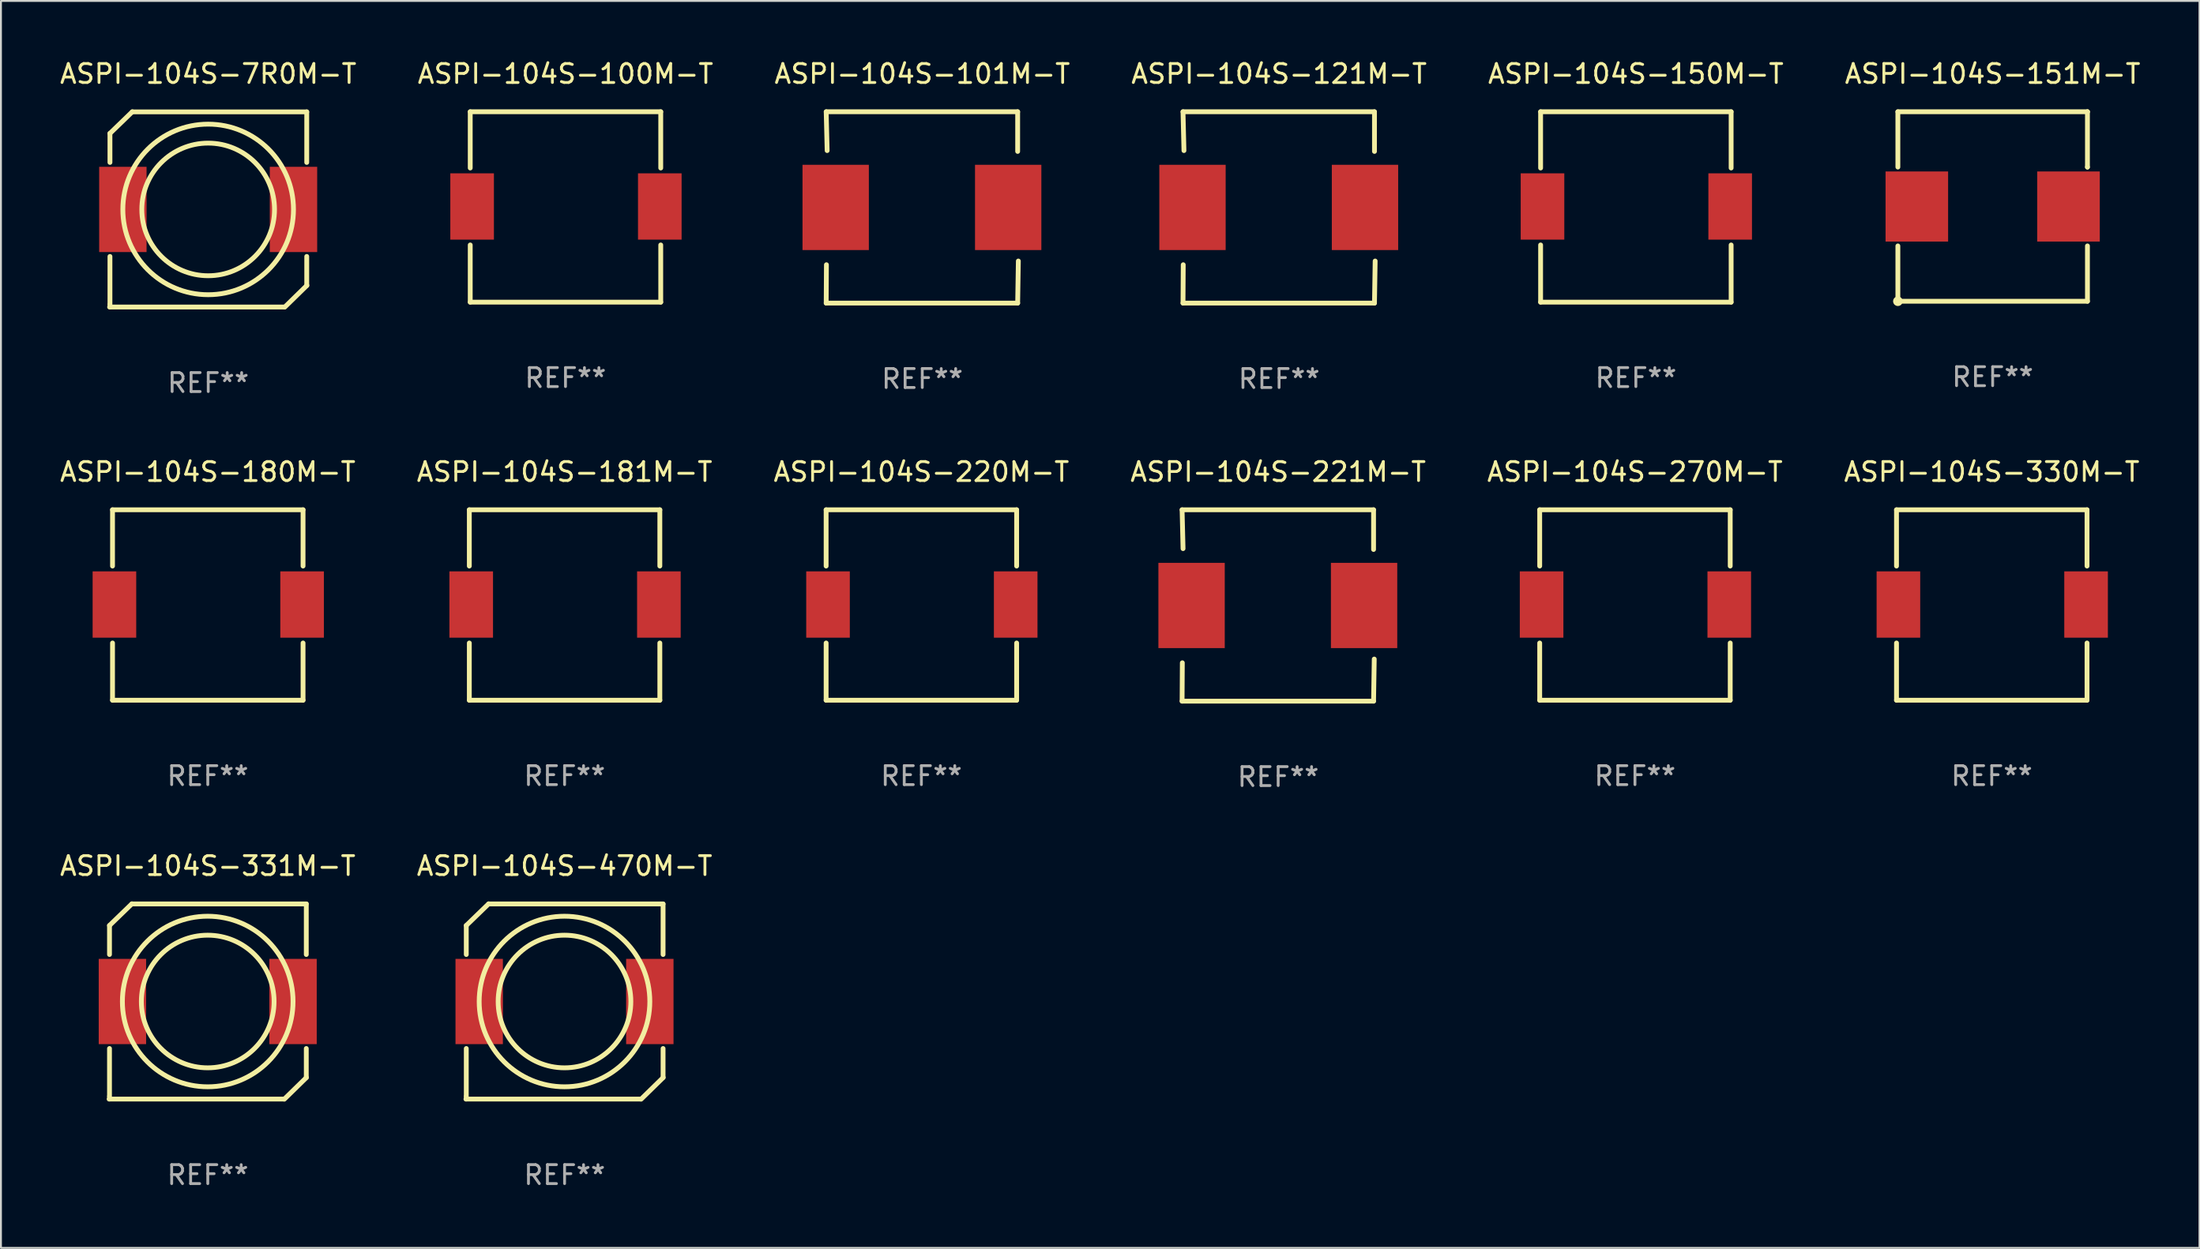
<source format=kicad_pcb>
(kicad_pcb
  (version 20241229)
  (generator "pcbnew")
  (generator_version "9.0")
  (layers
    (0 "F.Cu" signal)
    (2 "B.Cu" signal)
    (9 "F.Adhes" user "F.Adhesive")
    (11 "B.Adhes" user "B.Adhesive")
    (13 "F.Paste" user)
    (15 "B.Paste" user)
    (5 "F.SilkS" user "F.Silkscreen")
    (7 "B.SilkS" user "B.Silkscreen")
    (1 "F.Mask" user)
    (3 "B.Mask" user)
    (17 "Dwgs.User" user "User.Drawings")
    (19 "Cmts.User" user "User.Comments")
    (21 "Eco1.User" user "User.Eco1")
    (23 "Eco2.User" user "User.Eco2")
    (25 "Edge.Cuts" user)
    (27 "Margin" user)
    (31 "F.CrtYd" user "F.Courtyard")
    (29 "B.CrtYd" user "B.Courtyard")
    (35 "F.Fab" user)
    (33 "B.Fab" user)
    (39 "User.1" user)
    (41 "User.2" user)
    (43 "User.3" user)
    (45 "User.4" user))
  (footprint "ASPI-104S-100M-T"
    (layer "F.Cu")
    (at 26.78 7.873)
    (property "Reference" "ASPI-104S-100M-T" (at 0 -7.025 0) (layer "F.SilkS") (effects (font (size 1 1) (thickness 0.15))))
    (attr through_hole)
    (fp_line (start -5.025 -5.025) (end 5.025 -5.025) (stroke (width 0.254) (type solid)) (layer "F.SilkS"))
    (fp_line (start -5.025 -2.056) (end -5.025 -5.025) (stroke (width 0.254) (type solid)) (layer "F.SilkS"))
    (fp_line (start -5.025 5.025) (end -5.025 2.006) (stroke (width 0.254) (type solid)) (layer "F.SilkS"))
    (fp_line (start 5.025 -5.025) (end 5.025 -2.056) (stroke (width 0.254) (type solid)) (layer "F.SilkS"))
    (fp_line (start 5.025 2.006) (end 5.025 5.025) (stroke (width 0.254) (type solid)) (layer "F.SilkS"))
    (fp_line (start 5.025 5.025) (end -5.025 5.025) (stroke (width 0.254) (type solid)) (layer "F.SilkS"))
    (fp_circle (center -4.975 4.975) (end -4.945 4.975) (stroke (width 0.06) (type solid)) (fill no) (layer "F.SilkS"))
    (fp_text user "REF**" (at 0 9.025 0) (layer "F.Fab") (effects (font (size 1 1) (thickness 0.15))))
    (pad "1" smd rect (at -4.925 -0.025) (size 2.3 3.5) (layers "F.Cu" "F.Mask" "F.Paste"))
    (pad "2" smd rect (at 4.975 -0.025) (size 2.3 3.5) (layers "F.Cu" "F.Mask" "F.Paste")))
  (footprint "ASPI-104S-101M-T"
    (layer "F.Cu")
    (at 45.601 7.898)
    (property "Reference" "ASPI-104S-101M-T" (at 0 -7.05 0) (layer "F.SilkS") (effects (font (size 1 1) (thickness 0.15))))
    (attr through_hole)
    (fp_line (start -5.068 -5.05) (end 5.032 -5.05) (stroke (width 0.254) (type solid)) (layer "F.SilkS"))
    (fp_line (start -5.068 5.05) (end -5.056 3.025) (stroke (width 0.254) (type solid)) (layer "F.SilkS"))
    (fp_line (start -5.018 -3) (end -5.068 -5.05) (stroke (width 0.254) (type solid)) (layer "F.SilkS"))
    (fp_line (start 5.032 -5.05) (end 5.032 -2.956) (stroke (width 0.254) (type solid)) (layer "F.SilkS"))
    (fp_line (start 5.032 5.05) (end -5.068 5.05) (stroke (width 0.254) (type solid)) (layer "F.SilkS"))
    (fp_line (start 5.068 2.829) (end 5.032 5.05) (stroke (width 0.254) (type solid)) (layer "F.SilkS"))
    (fp_circle (center -5.068 5.05) (end -5.038 5.05) (stroke (width 0.06) (type solid)) (fill no) (layer "F.SilkS"))
    (fp_text user "REF**" (at 0 9.05 0) (layer "F.Fab") (effects (font (size 1 1) (thickness 0.15))))
    (pad "1" smd rect (at -4.568 0 90) (size 4.5 3.5) (layers "F.Cu" "F.Mask" "F.Paste"))
    (pad "2" smd rect (at 4.532 0 90) (size 4.5 3.5) (layers "F.Cu" "F.Mask" "F.Paste")))
  (footprint "ASPI-104S-331M-T"
    (layer "F.Cu")
    (at 7.911 49.81)
    (property "Reference" "ASPI-104S-331M-T" (at 0 -7.156 0) (layer "F.SilkS") (effects (font (size 1 1) (thickness 0.15))))
    (attr through_hole)
    (fp_line (start -5.185 -4.013) (end -5.185 -2.481) (stroke (width 0.254) (type solid)) (layer "F.SilkS"))
    (fp_line (start -5.185 2.481) (end -5.185 5.15) (stroke (width 0.254) (type solid)) (layer "F.SilkS"))
    (fp_line (start -4.004 -5.156) (end -5.185 -4.013) (stroke (width 0.254) (type solid)) (layer "F.SilkS"))
    (fp_line (start -4.004 -5.15) (end 5.196 -5.15) (stroke (width 0.254) (type solid)) (layer "F.SilkS"))
    (fp_line (start 3.996 5.15) (end -5.203 5.15) (stroke (width 0.254) (type solid)) (layer "F.SilkS"))
    (fp_line (start 5.196 -5.15) (end 5.196 -2.481) (stroke (width 0.254) (type solid)) (layer "F.SilkS"))
    (fp_line (start 5.196 2.481) (end 5.196 4.013) (stroke (width 0.254) (type solid)) (layer "F.SilkS"))
    (fp_line (start 5.203 4.013) (end 4.035 5.156) (stroke (width 0.254) (type solid)) (layer "F.SilkS"))
    (fp_circle (center -5.254 5) (end -5.224 5) (stroke (width 0.06) (type solid)) (fill no) (layer "F.SilkS"))
    (fp_circle (center -0.004 0) (end 3.496 0) (stroke (width 0.254) (type solid)) (fill no) (layer "F.SilkS"))
    (fp_circle (center -0.004 0) (end 4.497 0) (stroke (width 0.254) (type solid)) (fill no) (layer "F.SilkS"))
    (fp_text user "XXX" (at -2.544 0.091 0) (layer "B.Mask") (effects (font (size 1 1) (thickness 0.15))))
    (fp_text user "REF**" (at 0 9.156 0) (layer "F.Fab") (effects (font (size 1 1) (thickness 0.15))))
    (pad "1" smd rect (at -4.504 0) (size 2.5 4.5) (layers "F.Cu" "F.Mask" "F.Paste"))
    (pad "2" smd rect (at 4.497 0) (size 2.5 4.5) (layers "F.Cu" "F.Mask" "F.Paste")))
  (footprint "ASPI-104S-150M-T"
    (layer "F.Cu")
    (at 83.244 7.873)
    (property "Reference" "ASPI-104S-150M-T" (at 0 -7.025 0) (layer "F.SilkS") (effects (font (size 1 1) (thickness 0.15))))
    (attr through_hole)
    (fp_line (start -5.025 -5.025) (end 5.025 -5.025) (stroke (width 0.254) (type solid)) (layer "F.SilkS"))
    (fp_line (start -5.025 -2.056) (end -5.025 -5.025) (stroke (width 0.254) (type solid)) (layer "F.SilkS"))
    (fp_line (start -5.025 5.025) (end -5.025 2.006) (stroke (width 0.254) (type solid)) (layer "F.SilkS"))
    (fp_line (start 5.025 -5.025) (end 5.025 -2.056) (stroke (width 0.254) (type solid)) (layer "F.SilkS"))
    (fp_line (start 5.025 2.006) (end 5.025 5.025) (stroke (width 0.254) (type solid)) (layer "F.SilkS"))
    (fp_line (start 5.025 5.025) (end -5.025 5.025) (stroke (width 0.254) (type solid)) (layer "F.SilkS"))
    (fp_circle (center -4.975 4.975) (end -4.945 4.975) (stroke (width 0.06) (type solid)) (fill no) (layer "F.SilkS"))
    (fp_text user "REF**" (at 0 9.025 0) (layer "F.Fab") (effects (font (size 1 1) (thickness 0.15))))
    (pad "1" smd rect (at -4.925 -0.025) (size 2.3 3.5) (layers "F.Cu" "F.Mask" "F.Paste"))
    (pad "2" smd rect (at 4.975 -0.025) (size 2.3 3.5) (layers "F.Cu" "F.Mask" "F.Paste")))
  (footprint "ASPI-104S-470M-T"
    (layer "F.Cu")
    (at 26.732 49.81)
    (property "Reference" "ASPI-104S-470M-T" (at 0 -7.156 0) (layer "F.SilkS") (effects (font (size 1 1) (thickness 0.15))))
    (attr through_hole)
    (fp_line (start -5.185 -4.013) (end -5.185 -2.481) (stroke (width 0.254) (type solid)) (layer "F.SilkS"))
    (fp_line (start -5.185 2.481) (end -5.185 5.15) (stroke (width 0.254) (type solid)) (layer "F.SilkS"))
    (fp_line (start -4.004 -5.156) (end -5.185 -4.013) (stroke (width 0.254) (type solid)) (layer "F.SilkS"))
    (fp_line (start -4.004 -5.15) (end 5.196 -5.15) (stroke (width 0.254) (type solid)) (layer "F.SilkS"))
    (fp_line (start 3.996 5.15) (end -5.203 5.15) (stroke (width 0.254) (type solid)) (layer "F.SilkS"))
    (fp_line (start 5.196 -5.15) (end 5.196 -2.481) (stroke (width 0.254) (type solid)) (layer "F.SilkS"))
    (fp_line (start 5.196 2.481) (end 5.196 4.013) (stroke (width 0.254) (type solid)) (layer "F.SilkS"))
    (fp_line (start 5.203 4.013) (end 4.035 5.156) (stroke (width 0.254) (type solid)) (layer "F.SilkS"))
    (fp_circle (center -5.254 5) (end -5.224 5) (stroke (width 0.06) (type solid)) (fill no) (layer "F.SilkS"))
    (fp_circle (center -0.004 0) (end 3.496 0) (stroke (width 0.254) (type solid)) (fill no) (layer "F.SilkS"))
    (fp_circle (center -0.004 0) (end 4.497 0) (stroke (width 0.254) (type solid)) (fill no) (layer "F.SilkS"))
    (fp_text user "XXX" (at -2.544 0.091 0) (layer "B.Mask") (effects (font (size 1 1) (thickness 0.15))))
    (fp_text user "REF**" (at 0 9.156 0) (layer "F.Fab") (effects (font (size 1 1) (thickness 0.15))))
    (pad "1" smd rect (at -4.504 0) (size 2.5 4.5) (layers "F.Cu" "F.Mask" "F.Paste"))
    (pad "2" smd rect (at 4.497 0) (size 2.5 4.5) (layers "F.Cu" "F.Mask" "F.Paste")))
  (footprint "ASPI-104S-270M-T"
    (layer "F.Cu")
    (at 83.196 28.882)
    (property "Reference" "ASPI-104S-270M-T" (at 0 -7.025 0) (layer "F.SilkS") (effects (font (size 1 1) (thickness 0.15))))
    (attr through_hole)
    (fp_line (start -5.025 -5.025) (end 5.025 -5.025) (stroke (width 0.254) (type solid)) (layer "F.SilkS"))
    (fp_line (start -5.025 -2.056) (end -5.025 -5.025) (stroke (width 0.254) (type solid)) (layer "F.SilkS"))
    (fp_line (start -5.025 5.025) (end -5.025 2.006) (stroke (width 0.254) (type solid)) (layer "F.SilkS"))
    (fp_line (start 5.025 -5.025) (end 5.025 -2.056) (stroke (width 0.254) (type solid)) (layer "F.SilkS"))
    (fp_line (start 5.025 2.006) (end 5.025 5.025) (stroke (width 0.254) (type solid)) (layer "F.SilkS"))
    (fp_line (start 5.025 5.025) (end -5.025 5.025) (stroke (width 0.254) (type solid)) (layer "F.SilkS"))
    (fp_circle (center -4.975 4.975) (end -4.945 4.975) (stroke (width 0.06) (type solid)) (fill no) (layer "F.SilkS"))
    (fp_text user "REF**" (at 0 9.025 0) (layer "F.Fab") (effects (font (size 1 1) (thickness 0.15))))
    (pad "1" smd rect (at -4.925 -0.025) (size 2.3 3.5) (layers "F.Cu" "F.Mask" "F.Paste"))
    (pad "2" smd rect (at 4.975 -0.025) (size 2.3 3.5) (layers "F.Cu" "F.Mask" "F.Paste")))
  (footprint "ASPI-104S-221M-T"
    (layer "F.Cu")
    (at 64.375 28.907)
    (property "Reference" "ASPI-104S-221M-T" (at 0 -7.05 0) (layer "F.SilkS") (effects (font (size 1 1) (thickness 0.15))))
    (attr through_hole)
    (fp_line (start -5.068 -5.05) (end 5.032 -5.05) (stroke (width 0.254) (type solid)) (layer "F.SilkS"))
    (fp_line (start -5.068 5.05) (end -5.056 3.025) (stroke (width 0.254) (type solid)) (layer "F.SilkS"))
    (fp_line (start -5.018 -3) (end -5.068 -5.05) (stroke (width 0.254) (type solid)) (layer "F.SilkS"))
    (fp_line (start 5.032 -5.05) (end 5.032 -2.956) (stroke (width 0.254) (type solid)) (layer "F.SilkS"))
    (fp_line (start 5.032 5.05) (end -5.068 5.05) (stroke (width 0.254) (type solid)) (layer "F.SilkS"))
    (fp_line (start 5.068 2.829) (end 5.032 5.05) (stroke (width 0.254) (type solid)) (layer "F.SilkS"))
    (fp_circle (center -5.068 5.05) (end -5.038 5.05) (stroke (width 0.06) (type solid)) (fill no) (layer "F.SilkS"))
    (fp_text user "REF**" (at 0 9.05 0) (layer "F.Fab") (effects (font (size 1 1) (thickness 0.15))))
    (pad "1" smd rect (at -4.568 0 90) (size 4.5 3.5) (layers "F.Cu" "F.Mask" "F.Paste"))
    (pad "2" smd rect (at 4.532 0 90) (size 4.5 3.5) (layers "F.Cu" "F.Mask" "F.Paste")))
  (footprint "ASPI-104S-180M-T"
    (layer "F.Cu")
    (at 7.911 28.882)
    (property "Reference" "ASPI-104S-180M-T" (at 0 -7.025 0) (layer "F.SilkS") (effects (font (size 1 1) (thickness 0.15))))
    (attr through_hole)
    (fp_line (start -5.025 -5.025) (end 5.025 -5.025) (stroke (width 0.254) (type solid)) (layer "F.SilkS"))
    (fp_line (start -5.025 -2.056) (end -5.025 -5.025) (stroke (width 0.254) (type solid)) (layer "F.SilkS"))
    (fp_line (start -5.025 5.025) (end -5.025 2.006) (stroke (width 0.254) (type solid)) (layer "F.SilkS"))
    (fp_line (start 5.025 -5.025) (end 5.025 -2.056) (stroke (width 0.254) (type solid)) (layer "F.SilkS"))
    (fp_line (start 5.025 2.006) (end 5.025 5.025) (stroke (width 0.254) (type solid)) (layer "F.SilkS"))
    (fp_line (start 5.025 5.025) (end -5.025 5.025) (stroke (width 0.254) (type solid)) (layer "F.SilkS"))
    (fp_circle (center -4.975 4.975) (end -4.945 4.975) (stroke (width 0.06) (type solid)) (fill no) (layer "F.SilkS"))
    (fp_text user "REF**" (at 0 9.025 0) (layer "F.Fab") (effects (font (size 1 1) (thickness 0.15))))
    (pad "1" smd rect (at -4.925 -0.025) (size 2.3 3.5) (layers "F.Cu" "F.Mask" "F.Paste"))
    (pad "2" smd rect (at 4.975 -0.025) (size 2.3 3.5) (layers "F.Cu" "F.Mask" "F.Paste")))
  (footprint "ASPI-104S-220M-T"
    (layer "F.Cu")
    (at 45.554 28.882)
    (property "Reference" "ASPI-104S-220M-T" (at 0 -7.025 0) (layer "F.SilkS") (effects (font (size 1 1) (thickness 0.15))))
    (attr through_hole)
    (fp_line (start -5.025 -5.025) (end 5.025 -5.025) (stroke (width 0.254) (type solid)) (layer "F.SilkS"))
    (fp_line (start -5.025 -2.056) (end -5.025 -5.025) (stroke (width 0.254) (type solid)) (layer "F.SilkS"))
    (fp_line (start -5.025 5.025) (end -5.025 2.006) (stroke (width 0.254) (type solid)) (layer "F.SilkS"))
    (fp_line (start 5.025 -5.025) (end 5.025 -2.056) (stroke (width 0.254) (type solid)) (layer "F.SilkS"))
    (fp_line (start 5.025 2.006) (end 5.025 5.025) (stroke (width 0.254) (type solid)) (layer "F.SilkS"))
    (fp_line (start 5.025 5.025) (end -5.025 5.025) (stroke (width 0.254) (type solid)) (layer "F.SilkS"))
    (fp_circle (center -4.975 4.975) (end -4.945 4.975) (stroke (width 0.06) (type solid)) (fill no) (layer "F.SilkS"))
    (fp_text user "REF**" (at 0 9.025 0) (layer "F.Fab") (effects (font (size 1 1) (thickness 0.15))))
    (pad "1" smd rect (at -4.925 -0.025) (size 2.3 3.5) (layers "F.Cu" "F.Mask" "F.Paste"))
    (pad "2" smd rect (at 4.975 -0.025) (size 2.3 3.5) (layers "F.Cu" "F.Mask" "F.Paste")))
  (footprint "ASPI-104S-181M-T"
    (layer "F.Cu")
    (at 26.732 28.882)
    (property "Reference" "ASPI-104S-181M-T" (at 0 -7.025 0) (layer "F.SilkS") (effects (font (size 1 1) (thickness 0.15))))
    (attr through_hole)
    (fp_line (start -5.025 -5.025) (end 5.025 -5.025) (stroke (width 0.254) (type solid)) (layer "F.SilkS"))
    (fp_line (start -5.025 -2.056) (end -5.025 -5.025) (stroke (width 0.254) (type solid)) (layer "F.SilkS"))
    (fp_line (start -5.025 5.025) (end -5.025 2.006) (stroke (width 0.254) (type solid)) (layer "F.SilkS"))
    (fp_line (start 5.025 -5.025) (end 5.025 -2.056) (stroke (width 0.254) (type solid)) (layer "F.SilkS"))
    (fp_line (start 5.025 2.006) (end 5.025 5.025) (stroke (width 0.254) (type solid)) (layer "F.SilkS"))
    (fp_line (start 5.025 5.025) (end -5.025 5.025) (stroke (width 0.254) (type solid)) (layer "F.SilkS"))
    (fp_circle (center -4.975 4.975) (end -4.945 4.975) (stroke (width 0.06) (type solid)) (fill no) (layer "F.SilkS"))
    (fp_text user "REF**" (at 0 9.025 0) (layer "F.Fab") (effects (font (size 1 1) (thickness 0.15))))
    (pad "1" smd rect (at -4.925 -0.025) (size 2.3 3.5) (layers "F.Cu" "F.Mask" "F.Paste"))
    (pad "2" smd rect (at 4.975 -0.025) (size 2.3 3.5) (layers "F.Cu" "F.Mask" "F.Paste")))
  (footprint "ASPI-104S-151M-T"
    (layer "F.Cu")
    (at 102.065 7.849)
    (property "Reference" "ASPI-104S-151M-T" (at 0 -7.001 0) (layer "F.SilkS") (effects (font (size 1 1) (thickness 0.15))))
    (attr through_hole)
    (fp_line (start -5 -5.001) (end 5 -5.001) (stroke (width 0.254) (type solid)) (layer "F.SilkS"))
    (fp_line (start -5 -2.081) (end -5 -4.999) (stroke (width 0.254) (type solid)) (layer "F.SilkS"))
    (fp_line (start -5 5.001) (end -5 2.082) (stroke (width 0.254) (type solid)) (layer "F.SilkS"))
    (fp_line (start 5 -5.001) (end 5 -4.998) (stroke (width 0.254) (type solid)) (layer "F.SilkS"))
    (fp_line (start 5 -4.998) (end 5 -2.08) (stroke (width 0.254) (type solid)) (layer "F.SilkS"))
    (fp_line (start 5 -2.08) (end 5 -2.08) (stroke (width 0.254) (type solid)) (layer "F.SilkS"))
    (fp_line (start 5 2.082) (end 5 5.001) (stroke (width 0.254) (type solid)) (layer "F.SilkS"))
    (fp_line (start 5 5.001) (end -5 5.001) (stroke (width 0.254) (type solid)) (layer "F.SilkS"))
    (fp_circle (center -5 5.001) (end -4.873 5.001) (stroke (width 0.254) (type solid)) (fill no) (layer "F.SilkS"))
    (fp_text user "REF**" (at 0 9.001 0) (layer "F.Fab") (effects (font (size 1 1) (thickness 0.15))))
    (pad "1" smd rect (at -4 0.001) (size 3.3 3.7) (layers "F.Cu" "F.Mask" "F.Paste"))
    (pad "2" smd rect (at 4 0.001) (size 3.3 3.7) (layers "F.Cu" "F.Mask" "F.Paste")))
  (footprint "ASPI-104S-7R0M-T"
    (layer "F.Cu")
    (at 7.935 8.004)
    (property "Reference" "ASPI-104S-7R0M-T" (at 0 -7.156 0) (layer "F.SilkS") (effects (font (size 1 1) (thickness 0.15))))
    (attr through_hole)
    (fp_line (start -5.185 -4.013) (end -5.185 -2.481) (stroke (width 0.254) (type solid)) (layer "F.SilkS"))
    (fp_line (start -5.185 2.481) (end -5.185 5.15) (stroke (width 0.254) (type solid)) (layer "F.SilkS"))
    (fp_line (start -4.004 -5.156) (end -5.185 -4.013) (stroke (width 0.254) (type solid)) (layer "F.SilkS"))
    (fp_line (start -4.004 -5.15) (end 5.196 -5.15) (stroke (width 0.254) (type solid)) (layer "F.SilkS"))
    (fp_line (start 3.996 5.15) (end -5.203 5.15) (stroke (width 0.254) (type solid)) (layer "F.SilkS"))
    (fp_line (start 5.196 -5.15) (end 5.196 -2.481) (stroke (width 0.254) (type solid)) (layer "F.SilkS"))
    (fp_line (start 5.196 2.481) (end 5.196 4.013) (stroke (width 0.254) (type solid)) (layer "F.SilkS"))
    (fp_line (start 5.203 4.013) (end 4.035 5.156) (stroke (width 0.254) (type solid)) (layer "F.SilkS"))
    (fp_circle (center -5.254 5) (end -5.224 5) (stroke (width 0.06) (type solid)) (fill no) (layer "F.SilkS"))
    (fp_circle (center -0.004 0) (end 3.496 0) (stroke (width 0.254) (type solid)) (fill no) (layer "F.SilkS"))
    (fp_circle (center -0.004 0) (end 4.497 0) (stroke (width 0.254) (type solid)) (fill no) (layer "F.SilkS"))
    (fp_text user "XXX" (at -2.544 0.091 0) (layer "B.Mask") (effects (font (size 1 1) (thickness 0.15))))
    (fp_text user "REF**" (at 0 9.156 0) (layer "F.Fab") (effects (font (size 1 1) (thickness 0.15))))
    (pad "1" smd rect (at -4.504 0) (size 2.5 4.5) (layers "F.Cu" "F.Mask" "F.Paste"))
    (pad "2" smd rect (at 4.497 0) (size 2.5 4.5) (layers "F.Cu" "F.Mask" "F.Paste")))
  (footprint "ASPI-104S-121M-T"
    (layer "F.Cu")
    (at 64.423 7.898)
    (property "Reference" "ASPI-104S-121M-T" (at 0 -7.05 0) (layer "F.SilkS") (effects (font (size 1 1) (thickness 0.15))))
    (attr through_hole)
    (fp_line (start -5.068 -5.05) (end 5.032 -5.05) (stroke (width 0.254) (type solid)) (layer "F.SilkS"))
    (fp_line (start -5.068 5.05) (end -5.056 3.025) (stroke (width 0.254) (type solid)) (layer "F.SilkS"))
    (fp_line (start -5.018 -3) (end -5.068 -5.05) (stroke (width 0.254) (type solid)) (layer "F.SilkS"))
    (fp_line (start 5.032 -5.05) (end 5.032 -2.956) (stroke (width 0.254) (type solid)) (layer "F.SilkS"))
    (fp_line (start 5.032 5.05) (end -5.068 5.05) (stroke (width 0.254) (type solid)) (layer "F.SilkS"))
    (fp_line (start 5.068 2.829) (end 5.032 5.05) (stroke (width 0.254) (type solid)) (layer "F.SilkS"))
    (fp_circle (center -5.068 5.05) (end -5.038 5.05) (stroke (width 0.06) (type solid)) (fill no) (layer "F.SilkS"))
    (fp_text user "REF**" (at 0 9.05 0) (layer "F.Fab") (effects (font (size 1 1) (thickness 0.15))))
    (pad "1" smd rect (at -4.568 0 90) (size 4.5 3.5) (layers "F.Cu" "F.Mask" "F.Paste"))
    (pad "2" smd rect (at 4.532 0 90) (size 4.5 3.5) (layers "F.Cu" "F.Mask" "F.Paste")))
  (footprint "ASPI-104S-330M-T"
    (layer "F.Cu")
    (at 102.018 28.882)
    (property "Reference" "ASPI-104S-330M-T" (at 0 -7.025 0) (layer "F.SilkS") (effects (font (size 1 1) (thickness 0.15))))
    (attr through_hole)
    (fp_line (start -5.025 -5.025) (end 5.025 -5.025) (stroke (width 0.254) (type solid)) (layer "F.SilkS"))
    (fp_line (start -5.025 -2.056) (end -5.025 -5.025) (stroke (width 0.254) (type solid)) (layer "F.SilkS"))
    (fp_line (start -5.025 5.025) (end -5.025 2.006) (stroke (width 0.254) (type solid)) (layer "F.SilkS"))
    (fp_line (start 5.025 -5.025) (end 5.025 -2.056) (stroke (width 0.254) (type solid)) (layer "F.SilkS"))
    (fp_line (start 5.025 2.006) (end 5.025 5.025) (stroke (width 0.254) (type solid)) (layer "F.SilkS"))
    (fp_line (start 5.025 5.025) (end -5.025 5.025) (stroke (width 0.254) (type solid)) (layer "F.SilkS"))
    (fp_circle (center -4.975 4.975) (end -4.945 4.975) (stroke (width 0.06) (type solid)) (fill no) (layer "F.SilkS"))
    (fp_text user "REF**" (at 0 9.025 0) (layer "F.Fab") (effects (font (size 1 1) (thickness 0.15))))
    (pad "1" smd rect (at -4.925 -0.025) (size 2.3 3.5) (layers "F.Cu" "F.Mask" "F.Paste"))
    (pad "2" smd rect (at 4.975 -0.025) (size 2.3 3.5) (layers "F.Cu" "F.Mask" "F.Paste")))
  (gr_rect
    (start -3 -3)
    (end 112.976 62.814)
    (stroke (width 0.1) (type default))
    (fill no)
    (layer "Edge.Cuts")))
</source>
